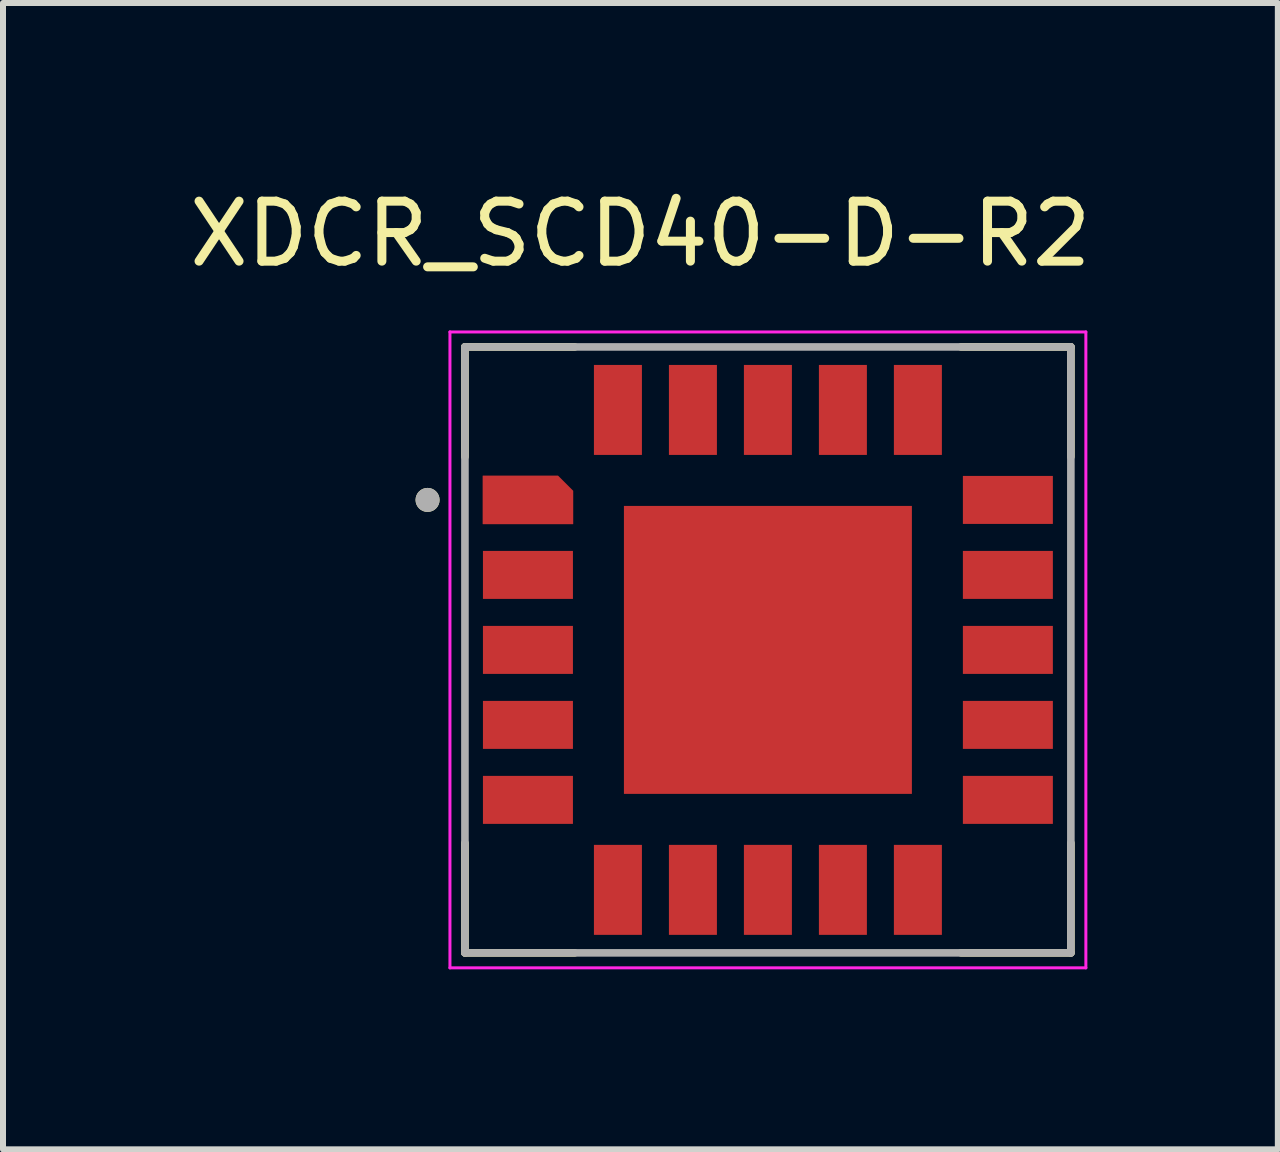
<source format=kicad_pcb>
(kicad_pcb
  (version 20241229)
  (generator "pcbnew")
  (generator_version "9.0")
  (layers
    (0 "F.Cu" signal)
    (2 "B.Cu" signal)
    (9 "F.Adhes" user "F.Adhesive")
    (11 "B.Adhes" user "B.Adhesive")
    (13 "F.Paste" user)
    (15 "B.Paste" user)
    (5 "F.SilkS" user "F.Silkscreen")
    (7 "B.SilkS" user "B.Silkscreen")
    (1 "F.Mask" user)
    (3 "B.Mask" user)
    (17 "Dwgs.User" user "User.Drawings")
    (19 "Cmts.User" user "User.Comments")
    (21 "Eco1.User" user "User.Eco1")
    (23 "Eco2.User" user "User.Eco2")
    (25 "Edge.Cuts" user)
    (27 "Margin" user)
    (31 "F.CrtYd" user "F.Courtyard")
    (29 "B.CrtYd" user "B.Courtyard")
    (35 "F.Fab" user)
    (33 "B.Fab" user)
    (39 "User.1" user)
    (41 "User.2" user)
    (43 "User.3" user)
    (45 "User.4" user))
  (footprint "XDCR_SCD40-D-R2"
    (layer "F.Cu")
    (at 9.75 7.783)
    (property "Reference" "XDCR_SCD40-D-R2" (at -2.125 -6.935 0) (layer "F.SilkS") (effects (font (size 1 1) (thickness 0.15))))
    (attr smd)
    (fp_poly (pts (xy -4.85 -1.75) (xy -3.15 -1.75) (xy -3.15 -0.75) (xy -4.85 -0.75)) (stroke (width 0.01) (type solid)) (fill yes) (layer "F.Mask"))
    (fp_poly (pts (xy -4.85 -0.5) (xy -3.15 -0.5) (xy -3.15 0.5) (xy -4.85 0.5)) (stroke (width 0.01) (type solid)) (fill yes) (layer "F.Mask"))
    (fp_poly (pts (xy -4.85 0.75) (xy -3.15 0.75) (xy -3.15 1.75) (xy -4.85 1.75)) (stroke (width 0.01) (type solid)) (fill yes) (layer "F.Mask"))
    (fp_poly (pts (xy -4.85 2) (xy -3.15 2) (xy -3.15 3) (xy -4.85 3)) (stroke (width 0.01) (type solid)) (fill yes) (layer "F.Mask"))
    (fp_poly (pts (xy -3 -4.85) (xy -2 -4.85) (xy -2 -3.15) (xy -3 -3.15)) (stroke (width 0.01) (type solid)) (fill yes) (layer "F.Mask"))
    (fp_poly (pts (xy -3 3.15) (xy -2 3.15) (xy -2 4.85) (xy -3 4.85)) (stroke (width 0.01) (type solid)) (fill yes) (layer "F.Mask"))
    (fp_poly (pts (xy -2.5 -2.5) (xy 2.5 -2.5) (xy 2.5 2.5) (xy -2.5 2.5)) (stroke (width 0.01) (type solid)) (fill yes) (layer "F.Mask"))
    (fp_poly (pts (xy -1.75 -4.85) (xy -0.75 -4.85) (xy -0.75 -3.15) (xy -1.75 -3.15)) (stroke (width 0.01) (type solid)) (fill yes) (layer "F.Mask"))
    (fp_poly (pts (xy -1.75 3.15) (xy -0.75 3.15) (xy -0.75 4.85) (xy -1.75 4.85)) (stroke (width 0.01) (type solid)) (fill yes) (layer "F.Mask"))
    (fp_poly (pts (xy -0.5 -4.85) (xy 0.5 -4.85) (xy 0.5 -3.15) (xy -0.5 -3.15)) (stroke (width 0.01) (type solid)) (fill yes) (layer "F.Mask"))
    (fp_poly (pts (xy -0.5 3.15) (xy 0.5 3.15) (xy 0.5 4.85) (xy -0.5 4.85)) (stroke (width 0.01) (type solid)) (fill yes) (layer "F.Mask"))
    (fp_poly (pts (xy 0.75 -4.85) (xy 1.75 -4.85) (xy 1.75 -3.15) (xy 0.75 -3.15)) (stroke (width 0.01) (type solid)) (fill yes) (layer "F.Mask"))
    (fp_poly (pts (xy 0.75 3.15) (xy 1.75 3.15) (xy 1.75 4.85) (xy 0.75 4.85)) (stroke (width 0.01) (type solid)) (fill yes) (layer "F.Mask"))
    (fp_poly (pts (xy 2 -4.85) (xy 3 -4.85) (xy 3 -3.15) (xy 2 -3.15)) (stroke (width 0.01) (type solid)) (fill yes) (layer "F.Mask"))
    (fp_poly (pts (xy 2 3.15) (xy 3 3.15) (xy 3 4.85) (xy 2 4.85)) (stroke (width 0.01) (type solid)) (fill yes) (layer "F.Mask"))
    (fp_poly (pts (xy 3.15 -3) (xy 4.85 -3) (xy 4.85 -2) (xy 3.15 -2)) (stroke (width 0.01) (type solid)) (fill yes) (layer "F.Mask"))
    (fp_poly (pts (xy 3.15 -1.75) (xy 4.85 -1.75) (xy 4.85 -0.75) (xy 3.15 -0.75)) (stroke (width 0.01) (type solid)) (fill yes) (layer "F.Mask"))
    (fp_poly (pts (xy 3.15 -0.5) (xy 4.85 -0.5) (xy 4.85 0.5) (xy 3.15 0.5)) (stroke (width 0.01) (type solid)) (fill yes) (layer "F.Mask"))
    (fp_poly (pts (xy 3.15 0.75) (xy 4.85 0.75) (xy 4.85 1.75) (xy 3.15 1.75)) (stroke (width 0.01) (type solid)) (fill yes) (layer "F.Mask"))
    (fp_poly (pts (xy 3.15 2) (xy 4.85 2) (xy 4.85 3) (xy 3.15 3)) (stroke (width 0.01) (type solid)) (fill yes) (layer "F.Mask"))
    (fp_poly (pts (xy -4.85 -3) (xy -4.85 -2) (xy -3.15 -2) (xy -3.15 -2.72) (xy -3.43 -3)) (stroke (width 0.01) (type solid)) (fill yes) (layer "F.Mask"))
    (fp_line (start -5.05 -5.05) (end -5.05 -3.22) (stroke (width 0.127) (type solid)) (layer "F.SilkS"))
    (fp_line (start -5.05 -5.05) (end -3.22 -5.05) (stroke (width 0.127) (type solid)) (layer "F.SilkS"))
    (fp_line (start -5.05 5.05) (end -5.05 3.22) (stroke (width 0.127) (type solid)) (layer "F.SilkS"))
    (fp_line (start -3.22 5.05) (end -5.05 5.05) (stroke (width 0.127) (type solid)) (layer "F.SilkS"))
    (fp_line (start 3.22 -5.05) (end 5.05 -5.05) (stroke (width 0.127) (type solid)) (layer "F.SilkS"))
    (fp_line (start 5.05 -5.05) (end 5.05 -3.22) (stroke (width 0.127) (type solid)) (layer "F.SilkS"))
    (fp_line (start 5.05 5.05) (end 3.22 5.05) (stroke (width 0.127) (type solid)) (layer "F.SilkS"))
    (fp_line (start 5.05 5.05) (end 5.05 3.22) (stroke (width 0.127) (type solid)) (layer "F.SilkS"))
    (fp_circle (center -5.673 -2.5) (end -5.573 -2.5) (stroke (width 0.2) (type solid)) (fill no) (layer "F.SilkS"))
    (fp_poly (pts (xy -4.625 -1.525) (xy -3.375 -1.525) (xy -3.375 -0.975) (xy -4.625 -0.975)) (stroke (width 0.01) (type solid)) (fill yes) (layer "F.Paste"))
    (fp_poly (pts (xy -4.625 -0.275) (xy -3.375 -0.275) (xy -3.375 0.275) (xy -4.625 0.275)) (stroke (width 0.01) (type solid)) (fill yes) (layer "F.Paste"))
    (fp_poly (pts (xy -4.625 0.975) (xy -3.375 0.975) (xy -3.375 1.525) (xy -4.625 1.525)) (stroke (width 0.01) (type solid)) (fill yes) (layer "F.Paste"))
    (fp_poly (pts (xy -4.625 2.225) (xy -3.375 2.225) (xy -3.375 2.775) (xy -4.625 2.775)) (stroke (width 0.01) (type solid)) (fill yes) (layer "F.Paste"))
    (fp_poly (pts (xy -2.775 -4.625) (xy -2.225 -4.625) (xy -2.225 -3.375) (xy -2.775 -3.375)) (stroke (width 0.01) (type solid)) (fill yes) (layer "F.Paste"))
    (fp_poly (pts (xy -2.775 3.375) (xy -2.225 3.375) (xy -2.225 4.625) (xy -2.775 4.625)) (stroke (width 0.01) (type solid)) (fill yes) (layer "F.Paste"))
    (fp_poly (pts (xy -2.15 -2.15) (xy -0.35 -2.15) (xy -0.35 -0.35) (xy -2.15 -0.35)) (stroke (width 0.01) (type solid)) (fill yes) (layer "F.Paste"))
    (fp_poly (pts (xy -2.15 0.35) (xy -0.35 0.35) (xy -0.35 2.15) (xy -2.15 2.15)) (stroke (width 0.01) (type solid)) (fill yes) (layer "F.Paste"))
    (fp_poly (pts (xy -1.525 -4.625) (xy -0.975 -4.625) (xy -0.975 -3.375) (xy -1.525 -3.375)) (stroke (width 0.01) (type solid)) (fill yes) (layer "F.Paste"))
    (fp_poly (pts (xy -1.525 3.375) (xy -0.975 3.375) (xy -0.975 4.625) (xy -1.525 4.625)) (stroke (width 0.01) (type solid)) (fill yes) (layer "F.Paste"))
    (fp_poly (pts (xy -0.275 -4.625) (xy 0.275 -4.625) (xy 0.275 -3.375) (xy -0.275 -3.375)) (stroke (width 0.01) (type solid)) (fill yes) (layer "F.Paste"))
    (fp_poly (pts (xy -0.275 3.375) (xy 0.275 3.375) (xy 0.275 4.625) (xy -0.275 4.625)) (stroke (width 0.01) (type solid)) (fill yes) (layer "F.Paste"))
    (fp_poly (pts (xy 0.35 -2.15) (xy 2.15 -2.15) (xy 2.15 -0.35) (xy 0.35 -0.35)) (stroke (width 0.01) (type solid)) (fill yes) (layer "F.Paste"))
    (fp_poly (pts (xy 0.35 0.35) (xy 2.15 0.35) (xy 2.15 2.15) (xy 0.35 2.15)) (stroke (width 0.01) (type solid)) (fill yes) (layer "F.Paste"))
    (fp_poly (pts (xy 0.975 -4.625) (xy 1.525 -4.625) (xy 1.525 -3.375) (xy 0.975 -3.375)) (stroke (width 0.01) (type solid)) (fill yes) (layer "F.Paste"))
    (fp_poly (pts (xy 0.975 3.375) (xy 1.525 3.375) (xy 1.525 4.625) (xy 0.975 4.625)) (stroke (width 0.01) (type solid)) (fill yes) (layer "F.Paste"))
    (fp_poly (pts (xy 2.225 -4.625) (xy 2.775 -4.625) (xy 2.775 -3.375) (xy 2.225 -3.375)) (stroke (width 0.01) (type solid)) (fill yes) (layer "F.Paste"))
    (fp_poly (pts (xy 2.225 3.375) (xy 2.775 3.375) (xy 2.775 4.625) (xy 2.225 4.625)) (stroke (width 0.01) (type solid)) (fill yes) (layer "F.Paste"))
    (fp_poly (pts (xy 3.375 -2.775) (xy 4.625 -2.775) (xy 4.625 -2.225) (xy 3.375 -2.225)) (stroke (width 0.01) (type solid)) (fill yes) (layer "F.Paste"))
    (fp_poly (pts (xy 3.375 -1.525) (xy 4.625 -1.525) (xy 4.625 -0.975) (xy 3.375 -0.975)) (stroke (width 0.01) (type solid)) (fill yes) (layer "F.Paste"))
    (fp_poly (pts (xy 3.375 -0.275) (xy 4.625 -0.275) (xy 4.625 0.275) (xy 3.375 0.275)) (stroke (width 0.01) (type solid)) (fill yes) (layer "F.Paste"))
    (fp_poly (pts (xy 3.375 0.975) (xy 4.625 0.975) (xy 4.625 1.525) (xy 3.375 1.525)) (stroke (width 0.01) (type solid)) (fill yes) (layer "F.Paste"))
    (fp_poly (pts (xy 3.375 2.225) (xy 4.625 2.225) (xy 4.625 2.775) (xy 3.375 2.775)) (stroke (width 0.01) (type solid)) (fill yes) (layer "F.Paste"))
    (fp_poly (pts (xy -3.375 -2.225) (xy -4.625 -2.225) (xy -4.625 -2.775) (xy -3.555 -2.775) (xy -3.375 -2.595)) (stroke (width 0.01) (type solid)) (fill yes) (layer "F.Paste"))
    (fp_line (start -5.3 -5.3) (end -5.3 5.3) (stroke (width 0.05) (type solid)) (layer "F.CrtYd"))
    (fp_line (start -5.3 5.3) (end 5.3 5.3) (stroke (width 0.05) (type solid)) (layer "F.CrtYd"))
    (fp_line (start 5.3 -5.3) (end -5.3 -5.3) (stroke (width 0.05) (type solid)) (layer "F.CrtYd"))
    (fp_line (start 5.3 5.3) (end 5.3 -5.3) (stroke (width 0.05) (type solid)) (layer "F.CrtYd"))
    (fp_line (start -5.05 -5.05) (end 5.05 -5.05) (stroke (width 0.127) (type solid)) (layer "F.Fab"))
    (fp_line (start -5.05 5.05) (end -5.05 -5.05) (stroke (width 0.127) (type solid)) (layer "F.Fab"))
    (fp_line (start 5.05 -5.05) (end 5.05 5.05) (stroke (width 0.127) (type solid)) (layer "F.Fab"))
    (fp_line (start 5.05 5.05) (end -5.05 5.05) (stroke (width 0.127) (type solid)) (layer "F.Fab"))
    (fp_circle (center -5.673 -2.5) (end -5.573 -2.5) (stroke (width 0.2) (type solid)) (fill no) (layer "F.Fab"))
    (pad "1" smd custom (at -4 -2.5) (size 0.5 0.5) (layers "F.Cu") (options (anchor rect)) (primitives (gr_poly (pts (xy 0.75 0.4) (xy -0.75 0.4) (xy -0.75 -0.4) (xy 0.5 -0.4) (xy 0.75 -0.15)) (width 0.01) (fill yes))))
    (pad "2" smd rect (at -4 -1.25) (size 1.5 0.8) (layers "F.Cu"))
    (pad "3" smd rect (at -4 0) (size 1.5 0.8) (layers "F.Cu"))
    (pad "4" smd rect (at -4 1.25) (size 1.5 0.8) (layers "F.Cu"))
    (pad "5" smd rect (at -4 2.5) (size 1.5 0.8) (layers "F.Cu"))
    (pad "6" smd rect (at -2.5 4) (size 0.8 1.5) (layers "F.Cu"))
    (pad "7" smd rect (at -1.25 4) (size 0.8 1.5) (layers "F.Cu"))
    (pad "8" smd rect (at 0 4) (size 0.8 1.5) (layers "F.Cu"))
    (pad "9" smd rect (at 1.25 4) (size 0.8 1.5) (layers "F.Cu"))
    (pad "10" smd rect (at 2.5 4) (size 0.8 1.5) (layers "F.Cu"))
    (pad "11" smd rect (at 4 2.5) (size 1.5 0.8) (layers "F.Cu"))
    (pad "12" smd rect (at 4 1.25) (size 1.5 0.8) (layers "F.Cu"))
    (pad "13" smd rect (at 4 0) (size 1.5 0.8) (layers "F.Cu"))
    (pad "14" smd rect (at 4 -1.25) (size 1.5 0.8) (layers "F.Cu"))
    (pad "15" smd rect (at 4 -2.5) (size 1.5 0.8) (layers "F.Cu"))
    (pad "16" smd rect (at 2.5 -4) (size 0.8 1.5) (layers "F.Cu"))
    (pad "17" smd rect (at 1.25 -4) (size 0.8 1.5) (layers "F.Cu"))
    (pad "18" smd rect (at 0 -4) (size 0.8 1.5) (layers "F.Cu"))
    (pad "19" smd rect (at -1.25 -4) (size 0.8 1.5) (layers "F.Cu"))
    (pad "20" smd rect (at -2.5 -4) (size 0.8 1.5) (layers "F.Cu"))
    (pad "21" smd rect (at 0 0) (size 4.8 4.8) (layers "F.Cu")))
  (gr_rect
    (start -3 -3)
    (end 18.25 16.108)
    (stroke (width 0.1) (type default))
    (fill no)
    (layer "Edge.Cuts")))
</source>
